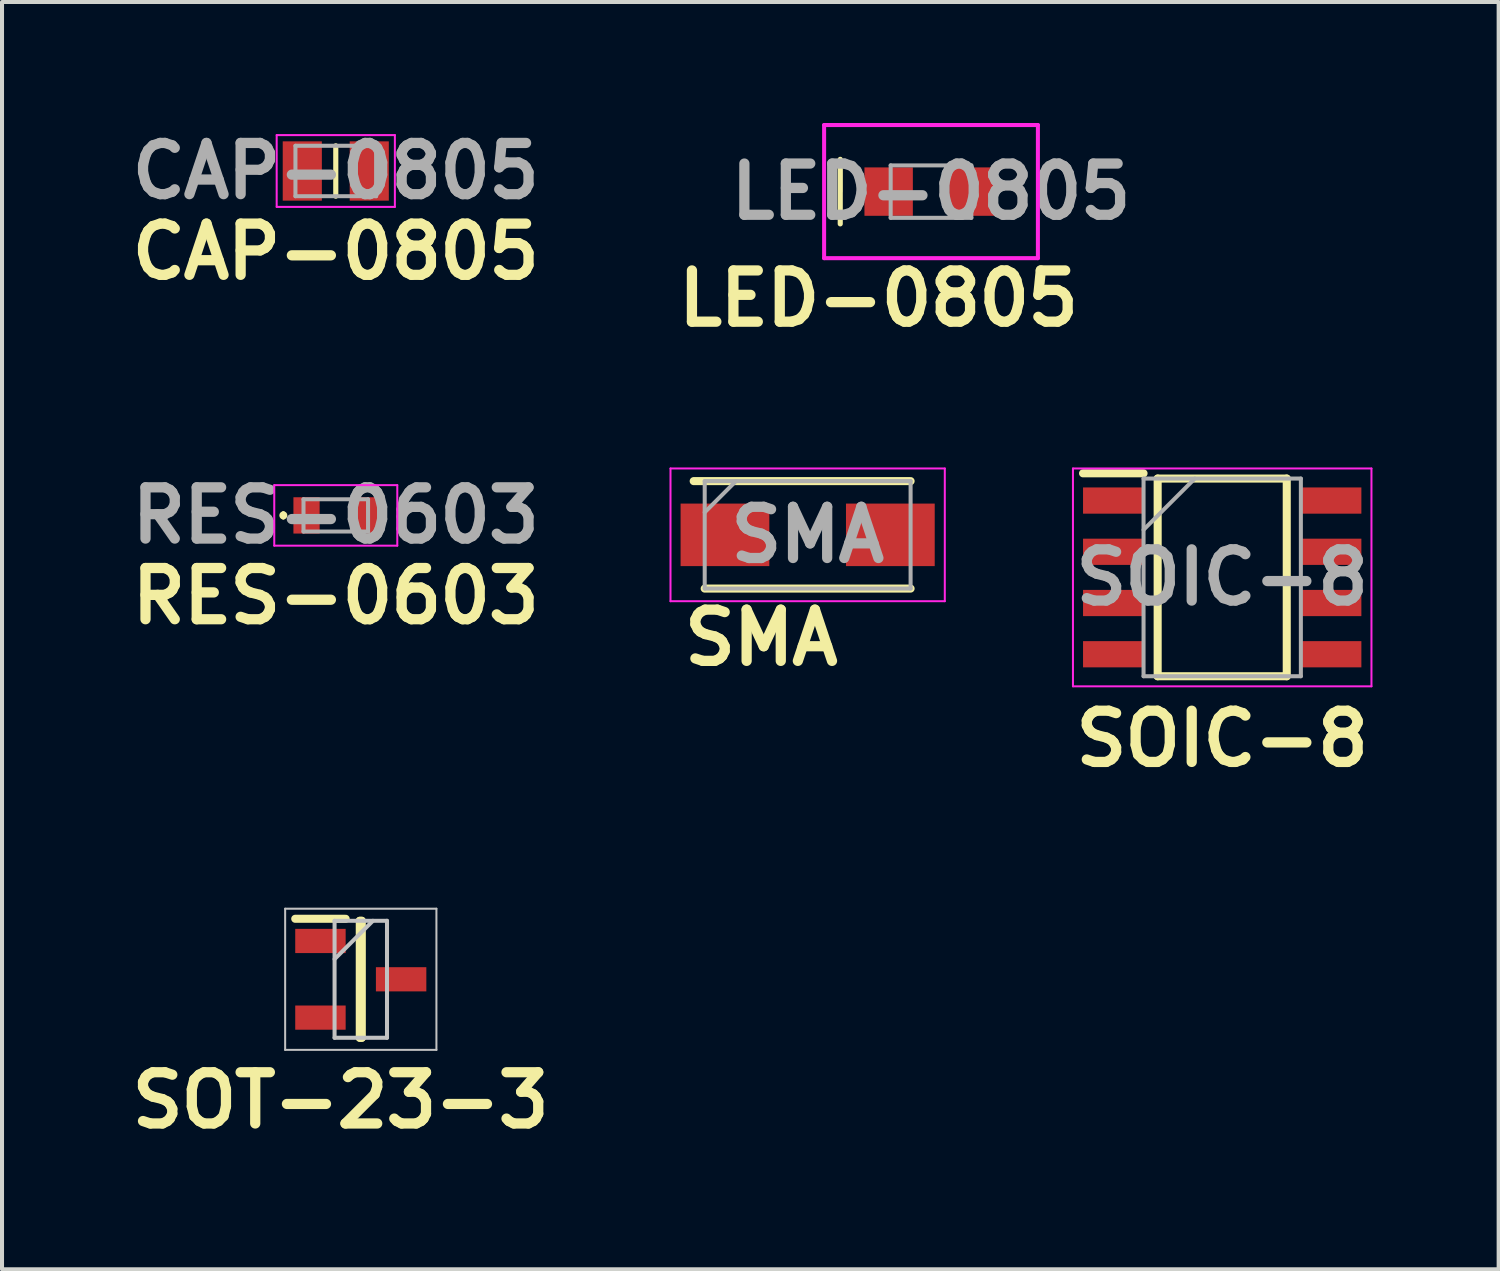
<source format=kicad_pcb>
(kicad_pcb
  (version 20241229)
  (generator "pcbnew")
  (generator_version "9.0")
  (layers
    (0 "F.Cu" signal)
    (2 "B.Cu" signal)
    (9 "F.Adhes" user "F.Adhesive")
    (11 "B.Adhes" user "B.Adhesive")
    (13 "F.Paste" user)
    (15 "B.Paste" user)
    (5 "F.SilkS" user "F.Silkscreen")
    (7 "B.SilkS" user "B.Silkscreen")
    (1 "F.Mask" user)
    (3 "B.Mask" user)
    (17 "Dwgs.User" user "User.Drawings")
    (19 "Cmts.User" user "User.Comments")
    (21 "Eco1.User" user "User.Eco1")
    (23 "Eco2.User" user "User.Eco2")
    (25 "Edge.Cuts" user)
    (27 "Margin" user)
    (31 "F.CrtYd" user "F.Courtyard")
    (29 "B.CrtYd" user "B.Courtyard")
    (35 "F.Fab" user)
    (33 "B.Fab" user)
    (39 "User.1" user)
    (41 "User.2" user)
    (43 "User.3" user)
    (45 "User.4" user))
  (footprint "SOIC-8"
    (layer "F.Cu")
    (at 27.249 11.264)
    (property "Reference" "SOIC-8" (at 0 4 0) (layer "F.SilkS") (effects (font (size 1.27 1.27) (thickness 0.254))))
    (attr smd)
    (fp_line (start -3.45 -2.58) (end -1.95 -2.58) (stroke (width 0.2) (type solid)) (layer "F.SilkS"))
    (fp_line (start -1.6 -2.45) (end 1.6 -2.45) (stroke (width 0.2) (type solid)) (layer "F.SilkS"))
    (fp_line (start -1.6 2.45) (end -1.6 -2.45) (stroke (width 0.2) (type solid)) (layer "F.SilkS"))
    (fp_line (start 1.6 -2.45) (end 1.6 2.45) (stroke (width 0.2) (type solid)) (layer "F.SilkS"))
    (fp_line (start 1.6 2.45) (end -1.6 2.45) (stroke (width 0.2) (type solid)) (layer "F.SilkS"))
    (fp_line (start -3.7 -2.7) (end 3.7 -2.7) (stroke (width 0.05) (type solid)) (layer "F.CrtYd"))
    (fp_line (start -3.7 2.7) (end -3.7 -2.7) (stroke (width 0.05) (type solid)) (layer "F.CrtYd"))
    (fp_line (start 3.7 -2.7) (end 3.7 2.7) (stroke (width 0.05) (type solid)) (layer "F.CrtYd"))
    (fp_line (start 3.7 2.7) (end -3.7 2.7) (stroke (width 0.05) (type solid)) (layer "F.CrtYd"))
    (fp_line (start -1.95 -2.45) (end 1.95 -2.45) (stroke (width 0.1) (type solid)) (layer "F.Fab"))
    (fp_line (start -1.95 -1.18) (end -0.68 -2.45) (stroke (width 0.1) (type solid)) (layer "F.Fab"))
    (fp_line (start -1.95 2.45) (end -1.95 -2.45) (stroke (width 0.1) (type solid)) (layer "F.Fab"))
    (fp_line (start 1.95 -2.45) (end 1.95 2.45) (stroke (width 0.1) (type solid)) (layer "F.Fab"))
    (fp_line (start 1.95 2.45) (end -1.95 2.45) (stroke (width 0.1) (type solid)) (layer "F.Fab"))
    (fp_text user "${REFERENCE}" (at 0 0 0) (layer "F.Fab") (effects (font (size 1.27 1.27) (thickness 0.254))))
    (pad "1" smd rect (at -2.7 -1.905 90) (size 0.65 1.5) (layers "F.Cu" "F.Mask" "F.Paste"))
    (pad "2" smd rect (at -2.7 -0.635 90) (size 0.65 1.5) (layers "F.Cu" "F.Mask" "F.Paste"))
    (pad "3" smd rect (at -2.7 0.635 90) (size 0.65 1.5) (layers "F.Cu" "F.Mask" "F.Paste"))
    (pad "4" smd rect (at -2.7 1.905 90) (size 0.65 1.5) (layers "F.Cu" "F.Mask" "F.Paste"))
    (pad "5" smd rect (at 2.7 1.905 90) (size 0.65 1.5) (layers "F.Cu" "F.Mask" "F.Paste"))
    (pad "6" smd rect (at 2.7 0.635 90) (size 0.65 1.5) (layers "F.Cu" "F.Mask" "F.Paste"))
    (pad "7" smd rect (at 2.7 -0.635 90) (size 0.65 1.5) (layers "F.Cu" "F.Mask" "F.Paste"))
    (pad "8" smd rect (at 2.7 -1.905 90) (size 0.65 1.5) (layers "F.Cu" "F.Mask" "F.Paste")))
  (footprint "RES-0603"
    (layer "F.Cu")
    (at 5.274 9.727)
    (property "Reference" "RES-0603" (at 0 2 0) (layer "F.SilkS") (effects (font (size 1.27 1.27) (thickness 0.254))))
    (attr smd)
    (fp_line (start -1.3 -0.05) (end -1.3 -0.05) (stroke (width 0.1) (type solid)) (layer "F.SilkS"))
    (fp_line (start -1.3 0.05) (end -1.3 0.05) (stroke (width 0.1) (type solid)) (layer "F.SilkS"))
    (fp_arc (start -1.3 -0.05) (mid -1.25 0) (end -1.3 0.05) (stroke (width 0.1) (type solid)) (layer "F.SilkS"))
    (fp_arc (start -1.3 0.05) (mid -1.35 0) (end -1.3 -0.05) (stroke (width 0.1) (type solid)) (layer "F.SilkS"))
    (fp_line (start -1.525 -0.75) (end 1.525 -0.75) (stroke (width 0.05) (type solid)) (layer "F.CrtYd"))
    (fp_line (start -1.525 0.75) (end -1.525 -0.75) (stroke (width 0.05) (type solid)) (layer "F.CrtYd"))
    (fp_line (start 1.525 -0.75) (end 1.525 0.75) (stroke (width 0.05) (type solid)) (layer "F.CrtYd"))
    (fp_line (start 1.525 0.75) (end -1.525 0.75) (stroke (width 0.05) (type solid)) (layer "F.CrtYd"))
    (fp_line (start -0.8 -0.4) (end 0.8 -0.4) (stroke (width 0.1) (type solid)) (layer "F.Fab"))
    (fp_line (start -0.8 0.4) (end -0.8 -0.4) (stroke (width 0.1) (type solid)) (layer "F.Fab"))
    (fp_line (start 0.8 -0.4) (end 0.8 0.4) (stroke (width 0.1) (type solid)) (layer "F.Fab"))
    (fp_line (start 0.8 0.4) (end -0.8 0.4) (stroke (width 0.1) (type solid)) (layer "F.Fab"))
    (fp_text user "${REFERENCE}" (at 0 0 0) (layer "F.Fab") (effects (font (size 1.27 1.27) (thickness 0.254))))
    (pad "1" smd rect (at -0.725 0) (size 0.65 0.9) (layers "F.Cu" "F.Mask" "F.Paste"))
    (pad "2" smd rect (at 0.725 0) (size 0.65 0.9) (layers "F.Cu" "F.Mask" "F.Paste")))
  (footprint "SMA"
    (layer "F.Cu")
    (at 16.972 10.209)
    (property "Reference" "SMA" (at -1.15 2.55 0) (layer "F.SilkS") (effects (font (size 1.27 1.27) (thickness 0.254))))
    (attr smd)
    (fp_line (start -2.552 1.332) (end 2.552 1.332) (stroke (width 0.2) (type solid)) (layer "F.SilkS"))
    (fp_line (start 2.552 -1.332) (end -2.825 -1.332) (stroke (width 0.2) (type solid)) (layer "F.SilkS"))
    (fp_line (start -3.4 -1.645) (end 3.4 -1.645) (stroke (width 0.05) (type solid)) (layer "F.CrtYd"))
    (fp_line (start -3.4 1.645) (end -3.4 -1.645) (stroke (width 0.05) (type solid)) (layer "F.CrtYd"))
    (fp_line (start 3.4 -1.645) (end 3.4 1.645) (stroke (width 0.05) (type solid)) (layer "F.CrtYd"))
    (fp_line (start 3.4 1.645) (end -3.4 1.645) (stroke (width 0.05) (type solid)) (layer "F.CrtYd"))
    (fp_line (start -2.552 -1.332) (end 2.552 -1.332) (stroke (width 0.1) (type solid)) (layer "F.Fab"))
    (fp_line (start -2.552 -0.558) (end -1.778 -1.332) (stroke (width 0.1) (type solid)) (layer "F.Fab"))
    (fp_line (start -2.552 1.332) (end -2.552 -1.332) (stroke (width 0.1) (type solid)) (layer "F.Fab"))
    (fp_line (start 2.552 -1.332) (end 2.552 1.332) (stroke (width 0.1) (type solid)) (layer "F.Fab"))
    (fp_line (start 2.552 1.332) (end -2.552 1.332) (stroke (width 0.1) (type solid)) (layer "F.Fab"))
    (fp_text user "${REFERENCE}" (at 0 0 0) (layer "F.Fab") (effects (font (size 1.27 1.27) (thickness 0.254))))
    (pad "1" smd rect (at -2.05 0 90) (size 1.55 2.2) (layers "F.Cu" "F.Mask" "F.Paste"))
    (pad "2" smd rect (at 2.05 0 90) (size 1.55 2.2) (layers "F.Cu" "F.Mask" "F.Paste")))
  (footprint "CAP-0805"
    (layer "F.Cu")
    (at 5.274 1.189)
    (property "Reference" "CAP-0805" (at 0 2 0) (layer "F.SilkS") (effects (font (size 1.27 1.27) (thickness 0.254))))
    (attr smd)
    (fp_line (start 0 -0.625) (end 0 0.625) (stroke (width 0.127) (type solid)) (layer "F.SilkS"))
    (fp_line (start -1.465 -0.89) (end 1.465 -0.89) (stroke (width 0.05) (type solid)) (layer "F.CrtYd"))
    (fp_line (start -1.465 0.89) (end -1.465 -0.89) (stroke (width 0.05) (type solid)) (layer "F.CrtYd"))
    (fp_line (start 1.465 -0.89) (end 1.465 0.89) (stroke (width 0.05) (type solid)) (layer "F.CrtYd"))
    (fp_line (start 1.465 0.89) (end -1.465 0.89) (stroke (width 0.05) (type solid)) (layer "F.CrtYd"))
    (fp_line (start -1 -0.625) (end 1 -0.625) (stroke (width 0.1) (type solid)) (layer "F.Fab"))
    (fp_line (start -1 0.625) (end -1 -0.625) (stroke (width 0.1) (type solid)) (layer "F.Fab"))
    (fp_line (start 1 -0.625) (end 1 0.625) (stroke (width 0.1) (type solid)) (layer "F.Fab"))
    (fp_line (start 1 0.625) (end -1 0.625) (stroke (width 0.1) (type solid)) (layer "F.Fab"))
    (fp_text user "${REFERENCE}" (at 0 0 0) (layer "F.Fab") (effects (font (size 1.27 1.27) (thickness 0.254))))
    (pad "1" smd rect (at -0.83 0) (size 0.97 1.47) (layers "F.Cu" "F.Mask" "F.Paste"))
    (pad "2" smd rect (at 0.83 0) (size 0.97 1.47) (layers "F.Cu" "F.Mask" "F.Paste")))
  (footprint "LED-0805"
    (layer "F.Cu")
    (at 20.03 1.7)
    (property "Reference" "LED-0805" (at -1.3 2.65 0) (layer "F.SilkS") (effects (font (size 1.27 1.27) (thickness 0.254))))
    (attr smd)
    (fp_line (start -2.25 -0.8) (end -2.25 0.8) (stroke (width 0.127) (type solid)) (layer "F.SilkS"))
    (fp_line (start -2.25 0) (end -2.25 -0.8) (stroke (width 0.1) (type default)) (layer "F.SilkS"))
    (fp_line (start -2.65 -1.65) (end 2.65 -1.65) (stroke (width 0.1) (type solid)) (layer "F.CrtYd"))
    (fp_line (start -2.65 1.65) (end -2.65 -1.65) (stroke (width 0.1) (type solid)) (layer "F.CrtYd"))
    (fp_line (start 2.65 -1.65) (end 2.65 1.65) (stroke (width 0.1) (type solid)) (layer "F.CrtYd"))
    (fp_line (start 2.65 1.65) (end -2.65 1.65) (stroke (width 0.1) (type solid)) (layer "F.CrtYd"))
    (fp_line (start -1 -0.65) (end 1 -0.65) (stroke (width 0.1) (type solid)) (layer "F.Fab"))
    (fp_line (start -1 0.65) (end -1 -0.65) (stroke (width 0.1) (type solid)) (layer "F.Fab"))
    (fp_line (start 1 -0.65) (end 1 0.65) (stroke (width 0.1) (type solid)) (layer "F.Fab"))
    (fp_line (start 1 0.65) (end -1 0.65) (stroke (width 0.1) (type solid)) (layer "F.Fab"))
    (fp_text user "${REFERENCE}" (at 0 0 0) (layer "F.Fab") (effects (font (size 1.27 1.27) (thickness 0.254))))
    (pad "1" smd rect (at -1.05 0 90) (size 1.2 1.2) (layers "F.Cu" "F.Mask" "F.Paste"))
    (pad "2" smd rect (at 1.05 0 90) (size 1.2 1.2) (layers "F.Cu" "F.Mask" "F.Paste")))
  (footprint "SOT-23-3"
    (layer "F.Cu")
    (at 5.894 21.227)
    (property "Reference" "SOT-23-3" (at -0.5 3 0) (layer "F.SilkS") (effects (font (size 1.27 1.27) (thickness 0.254))))
    (attr smd)
    (fp_line (start -1.625 -1.5) (end -0.375 -1.5) (stroke (width 0.2) (type solid)) (layer "F.SilkS"))
    (fp_line (start -0.025 -1.45) (end 0.025 -1.45) (stroke (width 0.2) (type solid)) (layer "F.SilkS"))
    (fp_line (start -0.025 1.45) (end -0.025 -1.45) (stroke (width 0.2) (type solid)) (layer "F.SilkS"))
    (fp_line (start 0.025 -1.45) (end 0.025 1.45) (stroke (width 0.2) (type solid)) (layer "F.SilkS"))
    (fp_line (start 0.025 1.45) (end -0.025 1.45) (stroke (width 0.2) (type solid)) (layer "F.SilkS"))
    (fp_line (start -1.875 -1.75) (end 1.875 -1.75) (stroke (width 0.05) (type solid)) (layer "Dwgs.User"))
    (fp_line (start -1.875 1.75) (end -1.875 -1.75) (stroke (width 0.05) (type solid)) (layer "Dwgs.User"))
    (fp_line (start -0.65 -1.45) (end 0.65 -1.45) (stroke (width 0.1) (type solid)) (layer "Dwgs.User"))
    (fp_line (start -0.65 -0.5) (end 0.3 -1.45) (stroke (width 0.1) (type solid)) (layer "Dwgs.User"))
    (fp_line (start -0.65 1.45) (end -0.65 -1.45) (stroke (width 0.1) (type solid)) (layer "Dwgs.User"))
    (fp_line (start 0.65 -1.45) (end 0.65 1.45) (stroke (width 0.1) (type solid)) (layer "Dwgs.User"))
    (fp_line (start 0.65 1.45) (end -0.65 1.45) (stroke (width 0.1) (type solid)) (layer "Dwgs.User"))
    (fp_line (start 1.875 -1.75) (end 1.875 1.75) (stroke (width 0.05) (type solid)) (layer "Dwgs.User"))
    (fp_line (start 1.875 1.75) (end -1.875 1.75) (stroke (width 0.05) (type solid)) (layer "Dwgs.User"))
    (pad "1" smd rect (at -1 -0.95 90) (size 0.6 1.25) (layers "F.Cu" "F.Mask" "F.Paste"))
    (pad "2" smd rect (at -1 0.95 90) (size 0.6 1.25) (layers "F.Cu" "F.Mask" "F.Paste"))
    (pad "3" smd rect (at 1 0 90) (size 0.6 1.25) (layers "F.Cu" "F.Mask" "F.Paste")))
  (gr_rect
    (start -3 -3)
    (end 34.102 28.416)
    (stroke (width 0.1) (type default))
    (fill no)
    (layer "Edge.Cuts")))
</source>
